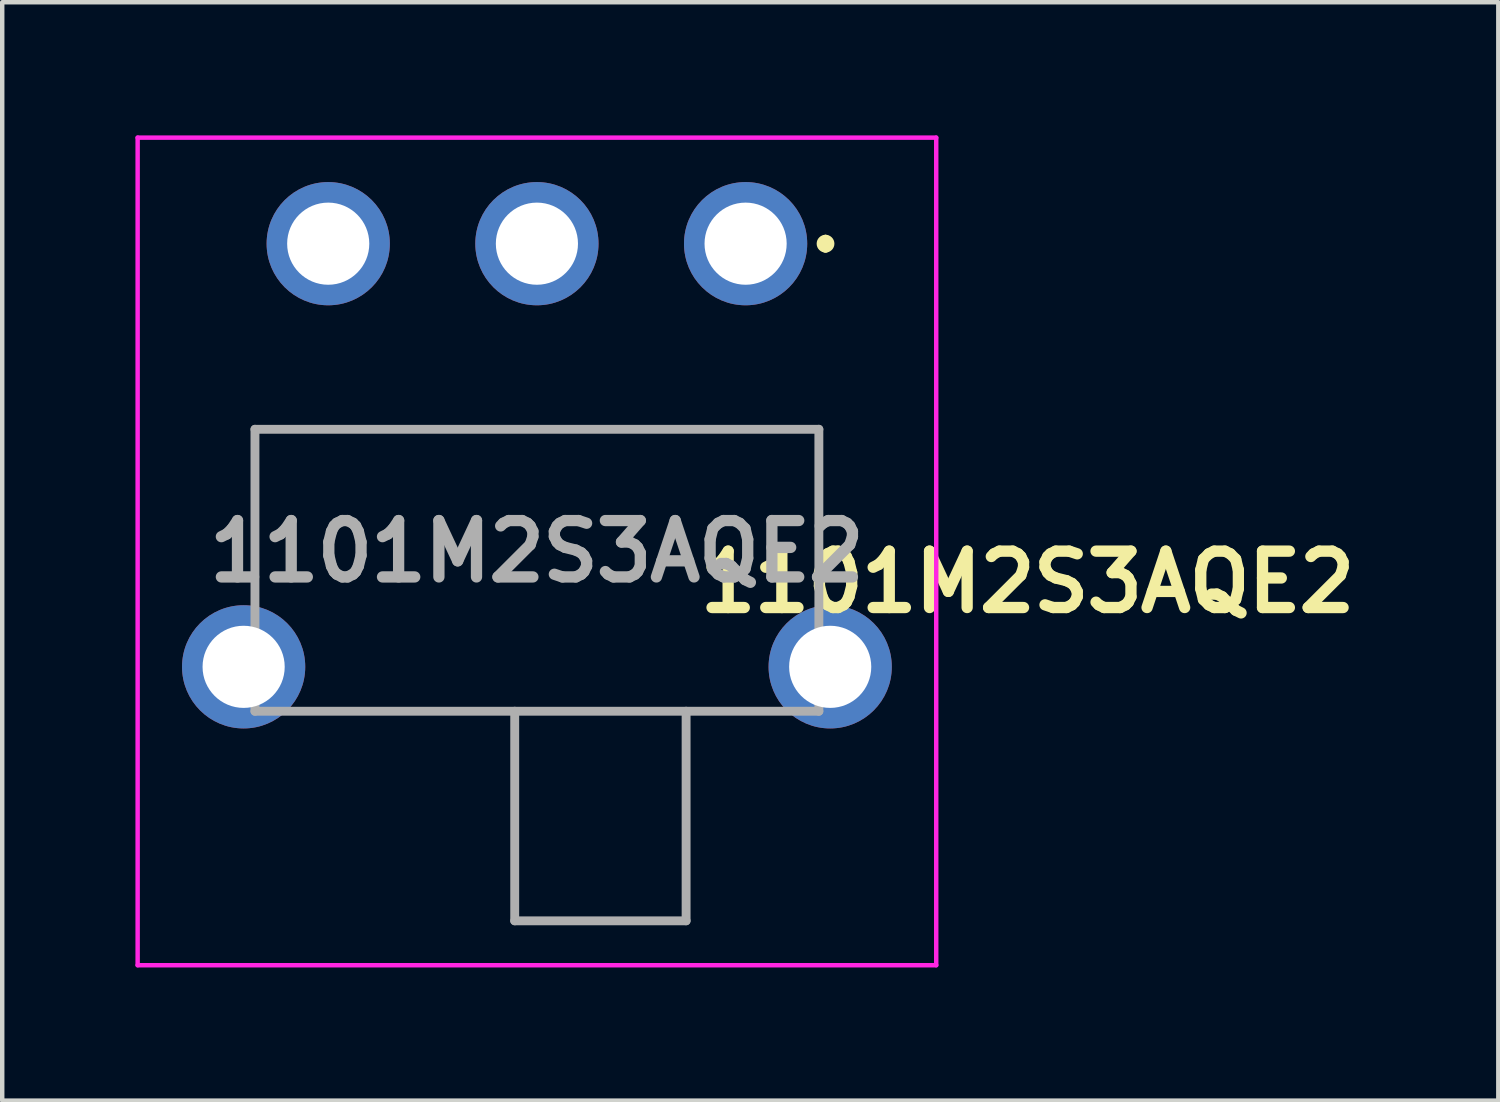
<source format=kicad_pcb>
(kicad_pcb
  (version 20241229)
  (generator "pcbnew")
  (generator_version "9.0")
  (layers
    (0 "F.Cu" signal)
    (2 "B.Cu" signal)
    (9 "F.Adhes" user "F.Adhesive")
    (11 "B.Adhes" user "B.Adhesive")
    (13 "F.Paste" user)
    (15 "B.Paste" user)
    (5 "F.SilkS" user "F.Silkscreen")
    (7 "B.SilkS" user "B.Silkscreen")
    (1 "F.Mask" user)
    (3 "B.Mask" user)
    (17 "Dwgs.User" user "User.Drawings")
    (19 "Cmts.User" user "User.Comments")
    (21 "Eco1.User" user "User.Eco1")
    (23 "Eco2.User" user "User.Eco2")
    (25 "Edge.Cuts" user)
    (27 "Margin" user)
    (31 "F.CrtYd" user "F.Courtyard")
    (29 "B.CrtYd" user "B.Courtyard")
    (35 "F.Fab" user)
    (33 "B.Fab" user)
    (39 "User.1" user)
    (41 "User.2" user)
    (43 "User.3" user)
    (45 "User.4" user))
  (footprint "1101M2S3AQE2"
    (layer "F.Cu")
    (at 13.742 2.438)
    (property "Reference" "1101M2S3AQE2" (at 6.35 7.62 0) (layer "F.SilkS") (effects (font (size 1.27 1.27) (thickness 0.254))))
    (attr through_hole)
    (fp_line (start -11.05 4.18) (end 1.65 4.18) (stroke (width 0.1) (type solid)) (layer "F.SilkS"))
    (fp_line (start -11.05 7.53) (end -11.05 4.18) (stroke (width 0.1) (type solid)) (layer "F.SilkS"))
    (fp_line (start -9.7 10.53) (end 0.3 10.53) (stroke (width 0.1) (type solid)) (layer "F.SilkS"))
    (fp_line (start 1.65 4.18) (end 1.65 7.53) (stroke (width 0.1) (type solid)) (layer "F.SilkS"))
    (fp_line (start 1.8 -0.1) (end 1.8 -0.1) (stroke (width 0.2) (type solid)) (layer "F.SilkS"))
    (fp_line (start 1.8 0.1) (end 1.8 0.1) (stroke (width 0.2) (type solid)) (layer "F.SilkS"))
    (fp_arc (start 1.8 -0.1) (mid 1.9 0) (end 1.8 0.1) (stroke (width 0.2) (type solid)) (layer "F.SilkS"))
    (fp_arc (start 1.8 0.1) (mid 1.7 0) (end 1.8 -0.1) (stroke (width 0.2) (type solid)) (layer "F.SilkS"))
    (fp_line (start -13.692 -2.388) (end 4.293 -2.388) (stroke (width 0.1) (type solid)) (layer "F.CrtYd"))
    (fp_line (start -13.692 16.25) (end -13.692 -2.388) (stroke (width 0.1) (type solid)) (layer "F.CrtYd"))
    (fp_line (start 4.293 -2.388) (end 4.293 16.25) (stroke (width 0.1) (type solid)) (layer "F.CrtYd"))
    (fp_line (start 4.293 16.25) (end -13.692 16.25) (stroke (width 0.1) (type solid)) (layer "F.CrtYd"))
    (fp_line (start -11.05 4.18) (end 1.65 4.18) (stroke (width 0.2) (type solid)) (layer "F.Fab"))
    (fp_line (start -11.05 10.53) (end -11.05 4.18) (stroke (width 0.2) (type solid)) (layer "F.Fab"))
    (fp_line (start -5.2 10.53) (end -5.2 15.25) (stroke (width 0.2) (type solid)) (layer "F.Fab"))
    (fp_line (start -5.2 15.25) (end -1.34 15.25) (stroke (width 0.2) (type solid)) (layer "F.Fab"))
    (fp_line (start -1.34 15.25) (end -1.34 10.53) (stroke (width 0.2) (type solid)) (layer "F.Fab"))
    (fp_line (start 1.65 4.18) (end 1.65 10.53) (stroke (width 0.2) (type solid)) (layer "F.Fab"))
    (fp_line (start 1.65 10.53) (end -11.05 10.53) (stroke (width 0.2) (type solid)) (layer "F.Fab"))
    (fp_text user "${REFERENCE}" (at -4.7 6.931 0) (layer "F.Fab") (effects (font (size 1.27 1.27) (thickness 0.254))))
    (pad "1" thru_hole circle (at 0 0) (size 2.775 2.775) (drill 1.85) (layers "*.Cu" "*.Mask"))
    (pad "2" thru_hole circle (at -4.7 0) (size 2.775 2.775) (drill 1.85) (layers "*.Cu" "*.Mask"))
    (pad "3" thru_hole circle (at -9.4 0) (size 2.775 2.775) (drill 1.85) (layers "*.Cu" "*.Mask"))
    (pad "4" thru_hole circle (at -11.305 9.53) (size 2.775 2.775) (drill 1.85) (layers "*.Cu" "*.Mask"))
    (pad "5" thru_hole circle (at 1.905 9.53) (size 2.775 2.775) (drill 1.85) (layers "*.Cu" "*.Mask")))
  (gr_rect
    (start -3 -3)
    (end 30.694 21.738)
    (stroke (width 0.1) (type default))
    (fill no)
    (layer "Edge.Cuts")))
</source>
